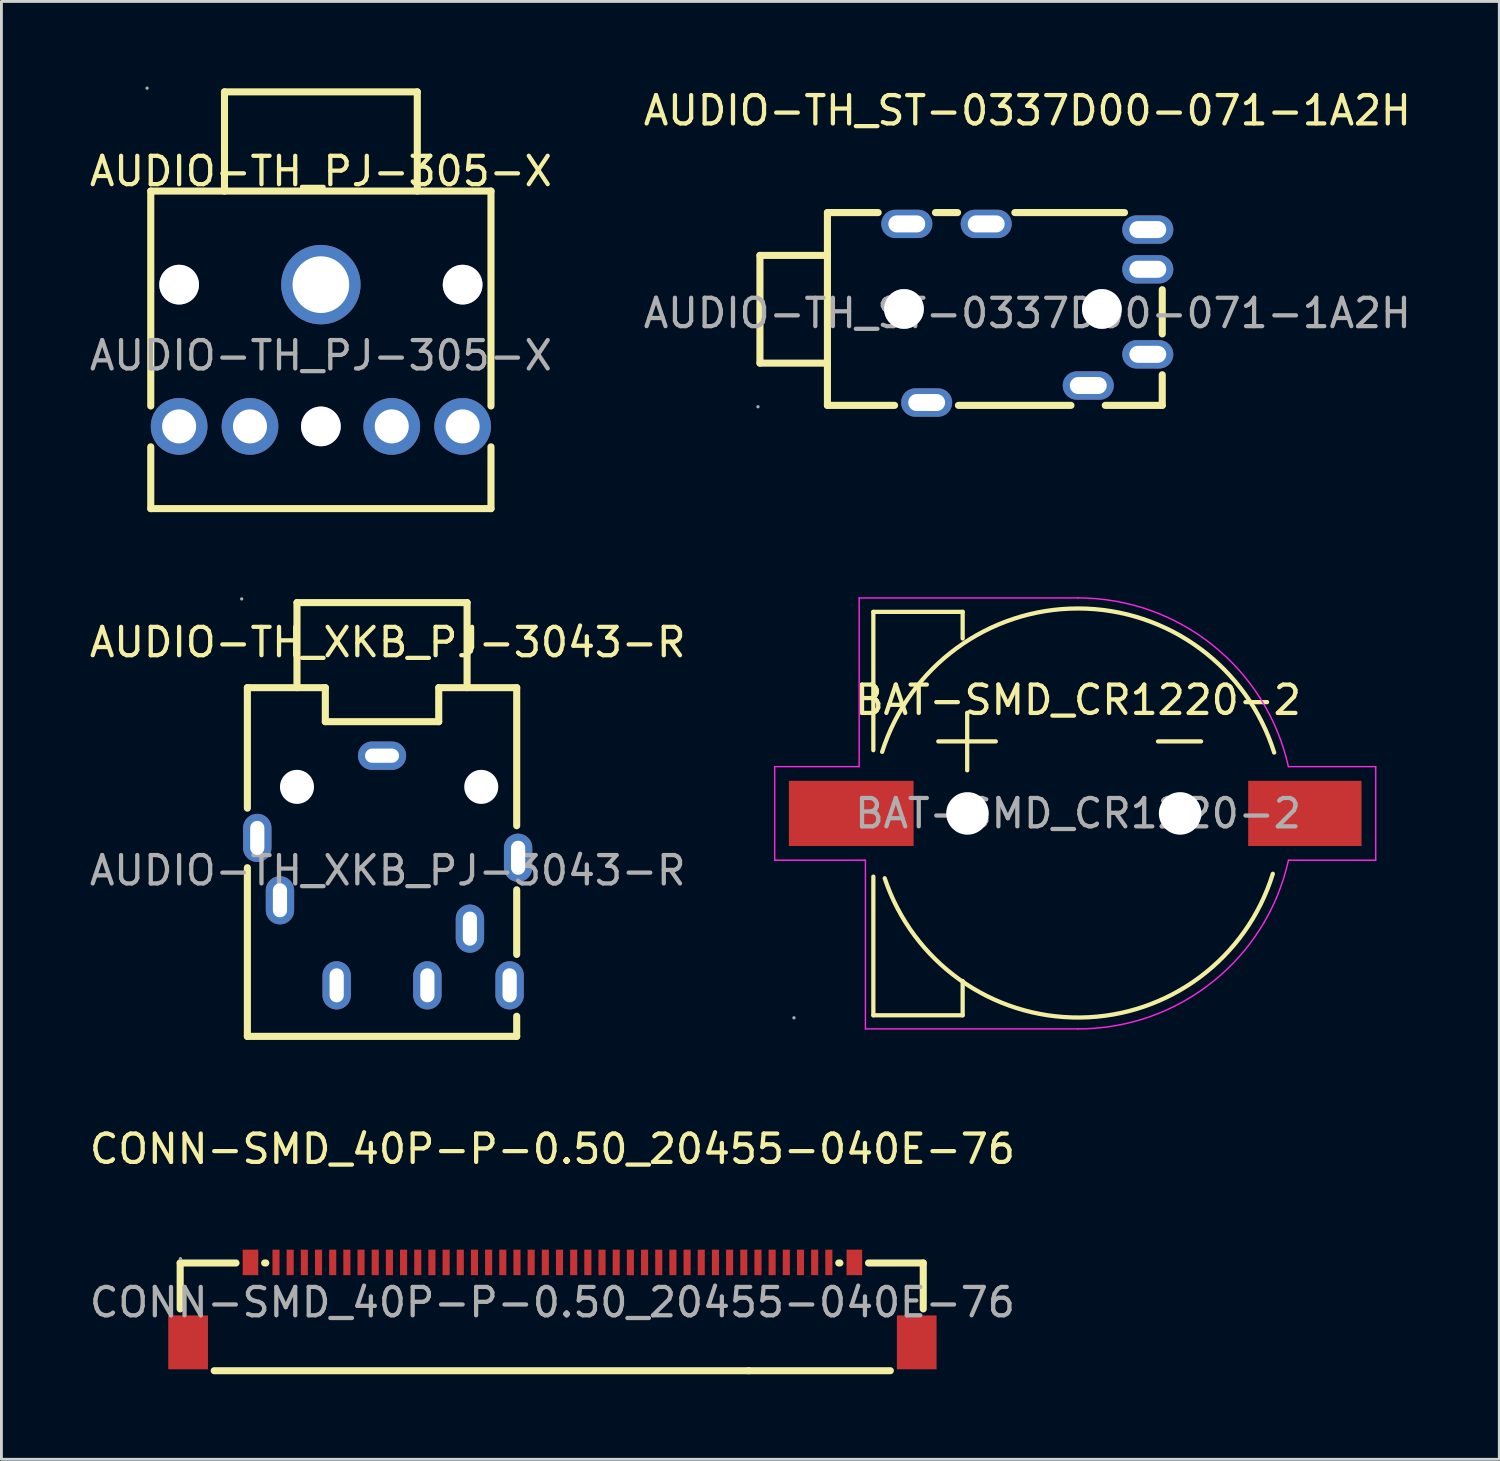
<source format=kicad_pcb>
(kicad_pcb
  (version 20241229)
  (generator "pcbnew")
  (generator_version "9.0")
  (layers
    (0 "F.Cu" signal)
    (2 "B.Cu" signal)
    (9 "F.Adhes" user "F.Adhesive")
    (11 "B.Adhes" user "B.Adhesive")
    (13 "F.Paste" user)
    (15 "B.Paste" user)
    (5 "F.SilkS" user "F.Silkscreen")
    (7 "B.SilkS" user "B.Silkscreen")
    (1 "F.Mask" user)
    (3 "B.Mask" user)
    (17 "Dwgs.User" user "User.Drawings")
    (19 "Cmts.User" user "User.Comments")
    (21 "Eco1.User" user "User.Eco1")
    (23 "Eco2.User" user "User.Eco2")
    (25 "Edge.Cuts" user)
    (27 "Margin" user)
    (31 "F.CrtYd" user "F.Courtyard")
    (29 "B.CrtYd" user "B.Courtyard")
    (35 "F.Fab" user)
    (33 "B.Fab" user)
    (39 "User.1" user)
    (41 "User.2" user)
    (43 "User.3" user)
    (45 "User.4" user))
  (footprint "BAT-SMD_CR1220-2"
    (layer "F.Cu")
    (at 34.975 25.641)
    (property "Reference" "BAT-SMD_CR1220-2" (at 0 -4 0) (layer "F.SilkS") (effects (font (size 1 1) (thickness 0.15))))
    (attr smd)
    (fp_line (start -7.22 -7.11) (end -7.22 -2.23) (stroke (width 0.15) (type solid)) (layer "F.SilkS"))
    (fp_line (start -7.22 2.23) (end -7.22 7.12) (stroke (width 0.15) (type solid)) (layer "F.SilkS"))
    (fp_line (start -7.22 7.12) (end -4.07 7.12) (stroke (width 0.15) (type solid)) (layer "F.SilkS"))
    (fp_line (start -4.93 -2.54) (end -2.9 -2.54) (stroke (width 0.15) (type solid)) (layer "F.SilkS"))
    (fp_line (start -4.07 -7.11) (end -7.22 -7.11) (stroke (width 0.15) (type solid)) (layer "F.SilkS"))
    (fp_line (start -4.07 -6.17) (end -4.07 -7.11) (stroke (width 0.15) (type solid)) (layer "F.SilkS"))
    (fp_line (start -4.07 7.12) (end -4.07 5.91) (stroke (width 0.15) (type solid)) (layer "F.SilkS"))
    (fp_line (start -3.91 -1.52) (end -3.91 -3.55) (stroke (width 0.15) (type solid)) (layer "F.SilkS"))
    (fp_line (start 2.82 -2.54) (end 4.34 -2.54) (stroke (width 0.15) (type solid)) (layer "F.SilkS"))
    (fp_arc (start -6.91 -2.17) (mid 0.012661 -7.228727) (end 6.917608 -2.145848) (stroke (width 0.15) (type solid)) (layer "F.SilkS"))
    (fp_arc (start 6.87 2.13) (mid 0.08224 7.199196) (end -6.819706 2.286601) (stroke (width 0.15) (type solid)) (layer "F.SilkS"))
    (fp_circle (center -3.91 0) (end -3.66 0) (stroke (width 0.5) (type solid)) (fill no) (layer "Cmts.User"))
    (fp_circle (center 3.58 0) (end 3.83 0) (stroke (width 0.5) (type solid)) (fill no) (layer "Cmts.User"))
    (fp_line (start -10.7 1.65) (end -10.7 -1.65) (stroke (width 0.05) (type solid)) (layer "F.CrtYd"))
    (fp_line (start -7.72 -1.65) (end -10.7 -1.65) (stroke (width 0.05) (type solid)) (layer "F.CrtYd"))
    (fp_line (start -7.72 -1.65) (end -7.72 -7.6) (stroke (width 0.05) (type solid)) (layer "F.CrtYd"))
    (fp_line (start -7.5 1.65) (end -10.7 1.65) (stroke (width 0.05) (type solid)) (layer "F.CrtYd"))
    (fp_line (start -7.5 1.65) (end -7.5 7.6) (stroke (width 0.05) (type solid)) (layer "F.CrtYd"))
    (fp_line (start 0 -7.6) (end -7.72 -7.6) (stroke (width 0.05) (type solid)) (layer "F.CrtYd"))
    (fp_line (start 0 7.6) (end -7.5 7.6) (stroke (width 0.05) (type solid)) (layer "F.CrtYd"))
    (fp_line (start 7.42 -1.65) (end 10.5 -1.65) (stroke (width 0.05) (type solid)) (layer "F.CrtYd"))
    (fp_line (start 7.422 1.65) (end 10.5 1.65) (stroke (width 0.05) (type solid)) (layer "F.CrtYd"))
    (fp_line (start 10.5 -1.65) (end 10.5 1.65) (stroke (width 0.05) (type solid)) (layer "F.CrtYd"))
    (fp_arc (start 0 -7.601096) (mid 4.755778 -5.929522) (end 7.419849 -1.65) (stroke (width 0.05) (type solid)) (layer "F.CrtYd"))
    (fp_arc (start 7.422498 1.65) (mid 4.758803 5.931802) (end 0 7.6) (stroke (width 0.05) (type solid)) (layer "F.CrtYd"))
    (fp_circle (center -10.02 7.21) (end -9.99 7.21) (stroke (width 0.06) (type solid)) (fill no) (layer "F.Fab"))
    (fp_text user "${REFERENCE}" (at 0 0 0) (layer "F.Fab") (effects (font (size 1 1) (thickness 0.15))))
    (pad "" np_thru_hole circle (at -3.9 0) (size 1.5 1.5) (drill 1.5) (layers "*.Cu" "*.Mask"))
    (pad "" np_thru_hole circle (at 3.6 0) (size 1.5 1.5) (drill 1.5) (layers "*.Cu" "*.Mask"))
    (pad "1" smd rect (at -8 0 180) (size 4.4 2.3) (layers "F.Cu" "F.Mask" "F.Paste"))
    (pad "2" smd rect (at 8 0 180) (size 4 2.3) (layers "F.Cu" "F.Mask" "F.Paste")))
  (footprint "CONN-SMD_40P-P-0.50_20455-040E-76"
    (layer "F.Cu")
    (at 16.435 42.888)
    (property "Reference" "CONN-SMD_40P-P-0.50_20455-040E-76" (at 0 -5.41 0) (layer "F.SilkS") (effects (font (size 1 1) (thickness 0.15))))
    (attr smd)
    (fp_line (start -13.13 -1.39) (end -13.13 0.23) (stroke (width 0.25) (type solid)) (layer "F.SilkS"))
    (fp_line (start -11.93 2.41) (end 6.92 2.41) (stroke (width 0.25) (type solid)) (layer "F.SilkS"))
    (fp_line (start -11.16 -1.39) (end -13.13 -1.39) (stroke (width 0.25) (type solid)) (layer "F.SilkS"))
    (fp_line (start -10.11 -1.39) (end -10.15 -1.39) (stroke (width 0.25) (type solid)) (layer "F.SilkS"))
    (fp_line (start 6.92 2.41) (end 11.92 2.41) (stroke (width 0.25) (type solid)) (layer "F.SilkS"))
    (fp_line (start 10.1 -1.39) (end 10.14 -1.39) (stroke (width 0.25) (type solid)) (layer "F.SilkS"))
    (fp_line (start 11.15 -1.39) (end 13.08 -1.39) (stroke (width 0.25) (type solid)) (layer "F.SilkS"))
    (fp_line (start 13.08 -1.39) (end 13.08 0.23) (stroke (width 0.25) (type solid)) (layer "F.SilkS"))
    (fp_circle (center -13.12 -1.54) (end -13.09 -1.54) (stroke (width 0.06) (type solid)) (fill no) (layer "F.Fab"))
    (fp_text user "${REFERENCE}" (at 0 0 0) (layer "F.Fab") (effects (font (size 1 1) (thickness 0.15))))
    (pad "1" smd rect (at -9.75 -1.41) (size 0.25 0.9) (layers "F.Cu" "F.Mask" "F.Paste"))
    (pad "2" smd rect (at -9.25 -1.41) (size 0.25 0.9) (layers "F.Cu" "F.Mask" "F.Paste"))
    (pad "3" smd rect (at -8.75 -1.41) (size 0.25 0.9) (layers "F.Cu" "F.Mask" "F.Paste"))
    (pad "4" smd rect (at -8.25 -1.41) (size 0.25 0.9) (layers "F.Cu" "F.Mask" "F.Paste"))
    (pad "5" smd rect (at -7.75 -1.41) (size 0.25 0.9) (layers "F.Cu" "F.Mask" "F.Paste"))
    (pad "6" smd rect (at -7.25 -1.41) (size 0.25 0.9) (layers "F.Cu" "F.Mask" "F.Paste"))
    (pad "7" smd rect (at -6.75 -1.41) (size 0.25 0.9) (layers "F.Cu" "F.Mask" "F.Paste"))
    (pad "8" smd rect (at -6.25 -1.41) (size 0.25 0.9) (layers "F.Cu" "F.Mask" "F.Paste"))
    (pad "9" smd rect (at -5.75 -1.41) (size 0.25 0.9) (layers "F.Cu" "F.Mask" "F.Paste"))
    (pad "10" smd rect (at -5.25 -1.41) (size 0.25 0.9) (layers "F.Cu" "F.Mask" "F.Paste"))
    (pad "11" smd rect (at -4.75 -1.41) (size 0.25 0.9) (layers "F.Cu" "F.Mask" "F.Paste"))
    (pad "12" smd rect (at -4.25 -1.41) (size 0.25 0.9) (layers "F.Cu" "F.Mask" "F.Paste"))
    (pad "13" smd rect (at -3.75 -1.41) (size 0.25 0.9) (layers "F.Cu" "F.Mask" "F.Paste"))
    (pad "14" smd rect (at -3.25 -1.41) (size 0.25 0.9) (layers "F.Cu" "F.Mask" "F.Paste"))
    (pad "15" smd rect (at -2.75 -1.41) (size 0.25 0.9) (layers "F.Cu" "F.Mask" "F.Paste"))
    (pad "16" smd rect (at -2.25 -1.41) (size 0.25 0.9) (layers "F.Cu" "F.Mask" "F.Paste"))
    (pad "17" smd rect (at -1.75 -1.41) (size 0.25 0.9) (layers "F.Cu" "F.Mask" "F.Paste"))
    (pad "18" smd rect (at -1.25 -1.41) (size 0.25 0.9) (layers "F.Cu" "F.Mask" "F.Paste"))
    (pad "19" smd rect (at -0.75 -1.41) (size 0.25 0.9) (layers "F.Cu" "F.Mask" "F.Paste"))
    (pad "20" smd rect (at -0.25 -1.41) (size 0.25 0.9) (layers "F.Cu" "F.Mask" "F.Paste"))
    (pad "21" smd rect (at 0.25 -1.41) (size 0.25 0.9) (layers "F.Cu" "F.Mask" "F.Paste"))
    (pad "22" smd rect (at 0.75 -1.41) (size 0.25 0.9) (layers "F.Cu" "F.Mask" "F.Paste"))
    (pad "23" smd rect (at 1.25 -1.41) (size 0.25 0.9) (layers "F.Cu" "F.Mask" "F.Paste"))
    (pad "24" smd rect (at 1.75 -1.41) (size 0.25 0.9) (layers "F.Cu" "F.Mask" "F.Paste"))
    (pad "25" smd rect (at 2.25 -1.41) (size 0.25 0.9) (layers "F.Cu" "F.Mask" "F.Paste"))
    (pad "26" smd rect (at 2.75 -1.41) (size 0.25 0.9) (layers "F.Cu" "F.Mask" "F.Paste"))
    (pad "27" smd rect (at 3.25 -1.41) (size 0.25 0.9) (layers "F.Cu" "F.Mask" "F.Paste"))
    (pad "28" smd rect (at 3.75 -1.41) (size 0.25 0.9) (layers "F.Cu" "F.Mask" "F.Paste"))
    (pad "29" smd rect (at 4.25 -1.41) (size 0.25 0.9) (layers "F.Cu" "F.Mask" "F.Paste"))
    (pad "30" smd rect (at 4.75 -1.41) (size 0.25 0.9) (layers "F.Cu" "F.Mask" "F.Paste"))
    (pad "31" smd rect (at 5.25 -1.41) (size 0.25 0.9) (layers "F.Cu" "F.Mask" "F.Paste"))
    (pad "32" smd rect (at 5.75 -1.41) (size 0.25 0.9) (layers "F.Cu" "F.Mask" "F.Paste"))
    (pad "33" smd rect (at 6.25 -1.41) (size 0.25 0.9) (layers "F.Cu" "F.Mask" "F.Paste"))
    (pad "34" smd rect (at 6.75 -1.41) (size 0.25 0.9) (layers "F.Cu" "F.Mask" "F.Paste"))
    (pad "35" smd rect (at 7.25 -1.41) (size 0.25 0.9) (layers "F.Cu" "F.Mask" "F.Paste"))
    (pad "36" smd rect (at 7.75 -1.41) (size 0.25 0.9) (layers "F.Cu" "F.Mask" "F.Paste"))
    (pad "37" smd rect (at 8.25 -1.41) (size 0.25 0.9) (layers "F.Cu" "F.Mask" "F.Paste"))
    (pad "38" smd rect (at 8.75 -1.41) (size 0.25 0.9) (layers "F.Cu" "F.Mask" "F.Paste"))
    (pad "39" smd rect (at 9.25 -1.41) (size 0.25 0.9) (layers "F.Cu" "F.Mask" "F.Paste"))
    (pad "40" smd rect (at 9.75 -1.41) (size 0.25 0.9) (layers "F.Cu" "F.Mask" "F.Paste"))
    (pad "41" smd rect (at 10.65 -1.41) (size 0.55 0.9) (layers "F.Cu" "F.Mask" "F.Paste"))
    (pad "42" smd rect (at -10.65 -1.41) (size 0.55 0.9) (layers "F.Cu" "F.Mask" "F.Paste"))
    (pad "43" smd rect (at -12.85 1.41) (size 1.4 1.9) (layers "F.Cu" "F.Mask" "F.Paste"))
    (pad "44" smd rect (at 12.85 1.41) (size 1.4 1.9) (layers "F.Cu" "F.Mask" "F.Paste")))
  (footprint "AUDIO-TH_XKB_PJ-3043-R"
    (layer "F.Cu")
    (at 10.425 21.205)
    (property "Reference" "AUDIO-TH_XKB_PJ-3043-R" (at 0.2 -1.6 0) (layer "F.SilkS") (effects (font (size 1 1) (thickness 0.15))))
    (attr through_hole)
    (fp_line (start -4.75 0) (end -2 0) (stroke (width 0.25) (type solid)) (layer "F.SilkS"))
    (fp_line (start -4.75 4.25) (end -4.75 0) (stroke (width 0.25) (type solid)) (layer "F.SilkS"))
    (fp_line (start -4.75 12.3) (end -4.75 6.35) (stroke (width 0.25) (type solid)) (layer "F.SilkS"))
    (fp_line (start -4.75 12.3) (end 4.75 12.3) (stroke (width 0.25) (type solid)) (layer "F.SilkS"))
    (fp_line (start -3 -3) (end 3 -3) (stroke (width 0.25) (type solid)) (layer "F.SilkS"))
    (fp_line (start -3 0) (end -3 -3) (stroke (width 0.25) (type solid)) (layer "F.SilkS"))
    (fp_line (start -2 0) (end -2 1.2) (stroke (width 0.25) (type solid)) (layer "F.SilkS"))
    (fp_line (start -2 1.2) (end 2 1.2) (stroke (width 0.25) (type solid)) (layer "F.SilkS"))
    (fp_line (start 2 0) (end 2 1.2) (stroke (width 0.25) (type solid)) (layer "F.SilkS"))
    (fp_line (start 3 0) (end 3 -3) (stroke (width 0.25) (type solid)) (layer "F.SilkS"))
    (fp_line (start 4.75 0) (end 2 0) (stroke (width 0.25) (type solid)) (layer "F.SilkS"))
    (fp_line (start 4.75 4.87) (end 4.75 0) (stroke (width 0.25) (type solid)) (layer "F.SilkS"))
    (fp_line (start 4.75 9.41) (end 4.75 7.13) (stroke (width 0.25) (type solid)) (layer "F.SilkS"))
    (fp_line (start 4.75 12.3) (end 4.75 11.59) (stroke (width 0.25) (type solid)) (layer "F.SilkS"))
    (fp_circle (center -4.95 -3.13) (end -4.92 -3.13) (stroke (width 0.06) (type solid)) (fill no) (layer "F.Fab"))
    (fp_circle (center -3 3.5) (end -2.75 3.5) (stroke (width 0.5) (type solid)) (fill no) (layer "F.Fab"))
    (fp_circle (center 3.5 3.5) (end 3.75 3.5) (stroke (width 0.5) (type solid)) (fill no) (layer "F.Fab"))
    (fp_text user "${REFERENCE}" (at 0.2 6.45 0) (layer "F.Fab") (effects (font (size 1 1) (thickness 0.15))))
    (pad "" np_thru_hole circle (at -3 3.5) (size 1.2 1.2) (drill 1.2) (layers "*.Cu" "*.Mask"))
    (pad "" np_thru_hole circle (at 3.5 3.5) (size 1.2 1.2) (drill 1.2) (layers "*.Cu" "*.Mask"))
    (pad "1" thru_hole oval (at 0 2.4 90) (size 1 1.7) (drill oval 0.5 1.2) (layers "*.Cu" "*.Mask"))
    (pad "2" thru_hole oval (at 1.6 10.5) (size 1 1.7) (drill oval 0.5 1.2) (layers "*.Cu" "*.Mask"))
    (pad "3" thru_hole oval (at -3.6 7.5 180) (size 1 1.7) (drill oval 0.5 1.2) (layers "*.Cu" "*.Mask"))
    (pad "4" thru_hole oval (at -1.6 10.5 180) (size 1 1.7) (drill oval 0.5 1.2) (layers "*.Cu" "*.Mask"))
    (pad "5" thru_hole oval (at 3.1 8.5 180) (size 1 1.7) (drill oval 0.5 1.2) (layers "*.Cu" "*.Mask"))
    (pad "6" thru_hole oval (at 4.5 10.5 180) (size 1 1.7) (drill oval 0.5 1.2) (layers "*.Cu" "*.Mask"))
    (pad "8" thru_hole oval (at -4.4 5.3) (size 1 1.7) (drill oval 0.5 1.2) (layers "*.Cu" "*.Mask"))
    (pad "8" thru_hole oval (at 4.8 6) (size 1 1.7) (drill oval 0.5 1.2) (layers "*.Cu" "*.Mask")))
  (footprint "AUDIO-TH_PJ-305-X"
    (layer "F.Cu")
    (at 8.268 9.49)
    (property "Reference" "AUDIO-TH_PJ-305-X" (at 0 -6.5 0) (layer "F.SilkS") (effects (font (size 1 1) (thickness 0.15))))
    (attr through_hole)
    (fp_line (start -6 -5.8) (end -6 1.78) (stroke (width 0.25) (type solid)) (layer "F.SilkS"))
    (fp_line (start -6 -5.8) (end 6 -5.8) (stroke (width 0.25) (type solid)) (layer "F.SilkS"))
    (fp_line (start -6 3.22) (end -6 5.4) (stroke (width 0.25) (type solid)) (layer "F.SilkS"))
    (fp_line (start -6 5.4) (end 6 5.4) (stroke (width 0.25) (type solid)) (layer "F.SilkS"))
    (fp_line (start -3.4 -9.3) (end 3.4 -9.3) (stroke (width 0.25) (type solid)) (layer "F.SilkS"))
    (fp_line (start -3.4 -5.8) (end -3.4 -9.3) (stroke (width 0.25) (type solid)) (layer "F.SilkS"))
    (fp_line (start 3.4 -5.8) (end 3.4 -9.3) (stroke (width 0.25) (type solid)) (layer "F.SilkS"))
    (fp_line (start 6 -5.8) (end 6 1.78) (stroke (width 0.25) (type solid)) (layer "F.SilkS"))
    (fp_line (start 6 3.22) (end 6 5.4) (stroke (width 0.25) (type solid)) (layer "F.SilkS"))
    (fp_circle (center -6.13 -9.43) (end -6.1 -9.43) (stroke (width 0.06) (type solid)) (fill no) (layer "F.Fab"))
    (fp_circle (center -5 -2.5) (end -4.7 -2.5) (stroke (width 0.6) (type solid)) (fill no) (layer "F.Fab"))
    (fp_circle (center -5 2.5) (end -4.75 2.5) (stroke (width 0.5) (type solid)) (fill no) (layer "F.Fab"))
    (fp_circle (center -2.5 2.5) (end -2.25 2.5) (stroke (width 0.5) (type solid)) (fill no) (layer "F.Fab"))
    (fp_circle (center 0 -2.5) (end 0.45 -2.5) (stroke (width 0.9) (type solid)) (fill no) (layer "F.Fab"))
    (fp_circle (center 0 2.5) (end 0.3 2.5) (stroke (width 0.6) (type solid)) (fill no) (layer "F.Fab"))
    (fp_circle (center 2.5 2.5) (end 2.75 2.5) (stroke (width 0.5) (type solid)) (fill no) (layer "F.Fab"))
    (fp_circle (center 5 -2.5) (end 5.3 -2.5) (stroke (width 0.6) (type solid)) (fill no) (layer "F.Fab"))
    (fp_circle (center 5 2.5) (end 5.25 2.5) (stroke (width 0.5) (type solid)) (fill no) (layer "F.Fab"))
    (fp_text user "${REFERENCE}" (at 0 0 0) (layer "F.Fab") (effects (font (size 1 1) (thickness 0.15))))
    (pad "" thru_hole circle (at -5 -2.5) (size 1.4 1.4) (drill 1.4) (layers "*.Cu" "*.Mask"))
    (pad "" thru_hole circle (at 0 2.5) (size 1.4 1.4) (drill 1.4) (layers "*.Cu" "*.Mask"))
    (pad "" thru_hole circle (at 5 -2.5) (size 1.4 1.4) (drill 1.4) (layers "*.Cu" "*.Mask"))
    (pad "1" thru_hole circle (at 0 -2.5 180) (size 2.8 2.8) (drill 2) (layers "*.Cu" "*.Mask"))
    (pad "2" thru_hole circle (at 5 2.5 90) (size 2 2) (drill 1.2) (layers "*.Cu" "*.Mask"))
    (pad "3" thru_hole circle (at 2.5 2.5 90) (size 2 2) (drill 1.2) (layers "*.Cu" "*.Mask"))
    (pad "4" thru_hole circle (at -2.5 2.5 90) (size 2 2) (drill 1.2) (layers "*.Cu" "*.Mask"))
    (pad "5" thru_hole circle (at -5 2.5 90) (size 2 2) (drill 1.2) (layers "*.Cu" "*.Mask")))
  (footprint "AUDIO-TH_ST-0337D00-071-1A2H"
    (layer "F.Cu")
    (at 33.185 7.998)
    (property "Reference" "AUDIO-TH_ST-0337D00-071-1A2H" (at 0 -7.15 0) (layer "F.SilkS") (effects (font (size 1 1) (thickness 0.15))))
    (attr through_hole)
    (fp_line (start -9.43 -2.04) (end -9.43 1.76) (stroke (width 0.25) (type solid)) (layer "F.SilkS"))
    (fp_line (start -9.43 1.76) (end -7.05 1.76) (stroke (width 0.25) (type solid)) (layer "F.SilkS"))
    (fp_line (start -7.05 -3.55) (end -7.05 3.25) (stroke (width 0.25) (type solid)) (layer "F.SilkS"))
    (fp_line (start -7.05 -3.55) (end -5.26 -3.55) (stroke (width 0.25) (type solid)) (layer "F.SilkS"))
    (fp_line (start -7.05 -2.04) (end -9.43 -2.04) (stroke (width 0.25) (type solid)) (layer "F.SilkS"))
    (fp_line (start -7.05 3.25) (end -4.68 3.25) (stroke (width 0.25) (type solid)) (layer "F.SilkS"))
    (fp_line (start -3.24 -3.55) (end -2.46 -3.55) (stroke (width 0.25) (type solid)) (layer "F.SilkS"))
    (fp_line (start -2.43 3.25) (end 1.54 3.25) (stroke (width 0.25) (type solid)) (layer "F.SilkS"))
    (fp_line (start -0.44 -3.55) (end 3.43 -3.55) (stroke (width 0.25) (type solid)) (layer "F.SilkS"))
    (fp_line (start 2.75 3.25) (end 4.76 3.25) (stroke (width 0.25) (type solid)) (layer "F.SilkS"))
    (fp_line (start 4.76 0.73) (end 4.76 -0.83) (stroke (width 0.25) (type solid)) (layer "F.SilkS"))
    (fp_line (start 4.76 3.25) (end 4.76 2.17) (stroke (width 0.25) (type solid)) (layer "F.SilkS"))
    (fp_circle (center -4.35 -0.15) (end -4.1 -0.15) (stroke (width 0.5) (type solid)) (fill no) (layer "Cmts.User"))
    (fp_circle (center 2.63 -0.15) (end 2.88 -0.15) (stroke (width 0.5) (type solid)) (fill no) (layer "Cmts.User"))
    (fp_circle (center -9.5 3.3) (end -9.47 3.3) (stroke (width 0.06) (type solid)) (fill no) (layer "F.Fab"))
    (fp_text user "${REFERENCE}" (at 0 0 0) (layer "F.Fab") (effects (font (size 1 1) (thickness 0.15))))
    (pad "" thru_hole circle (at -4.35 -0.15) (size 1.4 1.4) (drill 1.4) (layers "*.Cu" "*.Mask"))
    (pad "" thru_hole circle (at 2.63 -0.15) (size 1.4 1.4) (drill 1.4) (layers "*.Cu" "*.Mask"))
    (pad "1" thru_hole oval (at -3.55 3.15) (size 1.8 1) (drill oval 1.3 0.6) (layers "*.Cu" "*.Mask"))
    (pad "2" thru_hole oval (at -4.25 -3.15) (size 1.8 1) (drill oval 1.3 0.6) (layers "*.Cu" "*.Mask"))
    (pad "3" thru_hole oval (at -1.45 -3.15) (size 1.8 1) (drill oval 1.3 0.6) (layers "*.Cu" "*.Mask"))
    (pad "4" thru_hole oval (at 2.15 2.55) (size 1.8 1) (drill oval 1.3 0.6) (layers "*.Cu" "*.Mask"))
    (pad "5" thru_hole oval (at 4.25 1.45) (size 1.8 1) (drill oval 1.3 0.6) (layers "*.Cu" "*.Mask"))
    (pad "6" thru_hole oval (at 4.25 -1.55) (size 1.8 1) (drill oval 1.3 0.6) (layers "*.Cu" "*.Mask"))
    (pad "7" thru_hole oval (at 4.25 -2.95) (size 1.8 1) (drill oval 1.3 0.6) (layers "*.Cu" "*.Mask")))
  (gr_rect
    (start -3 -3)
    (end 49.833 48.423)
    (stroke (width 0.1) (type default))
    (fill no)
    (layer "Edge.Cuts")))
</source>
